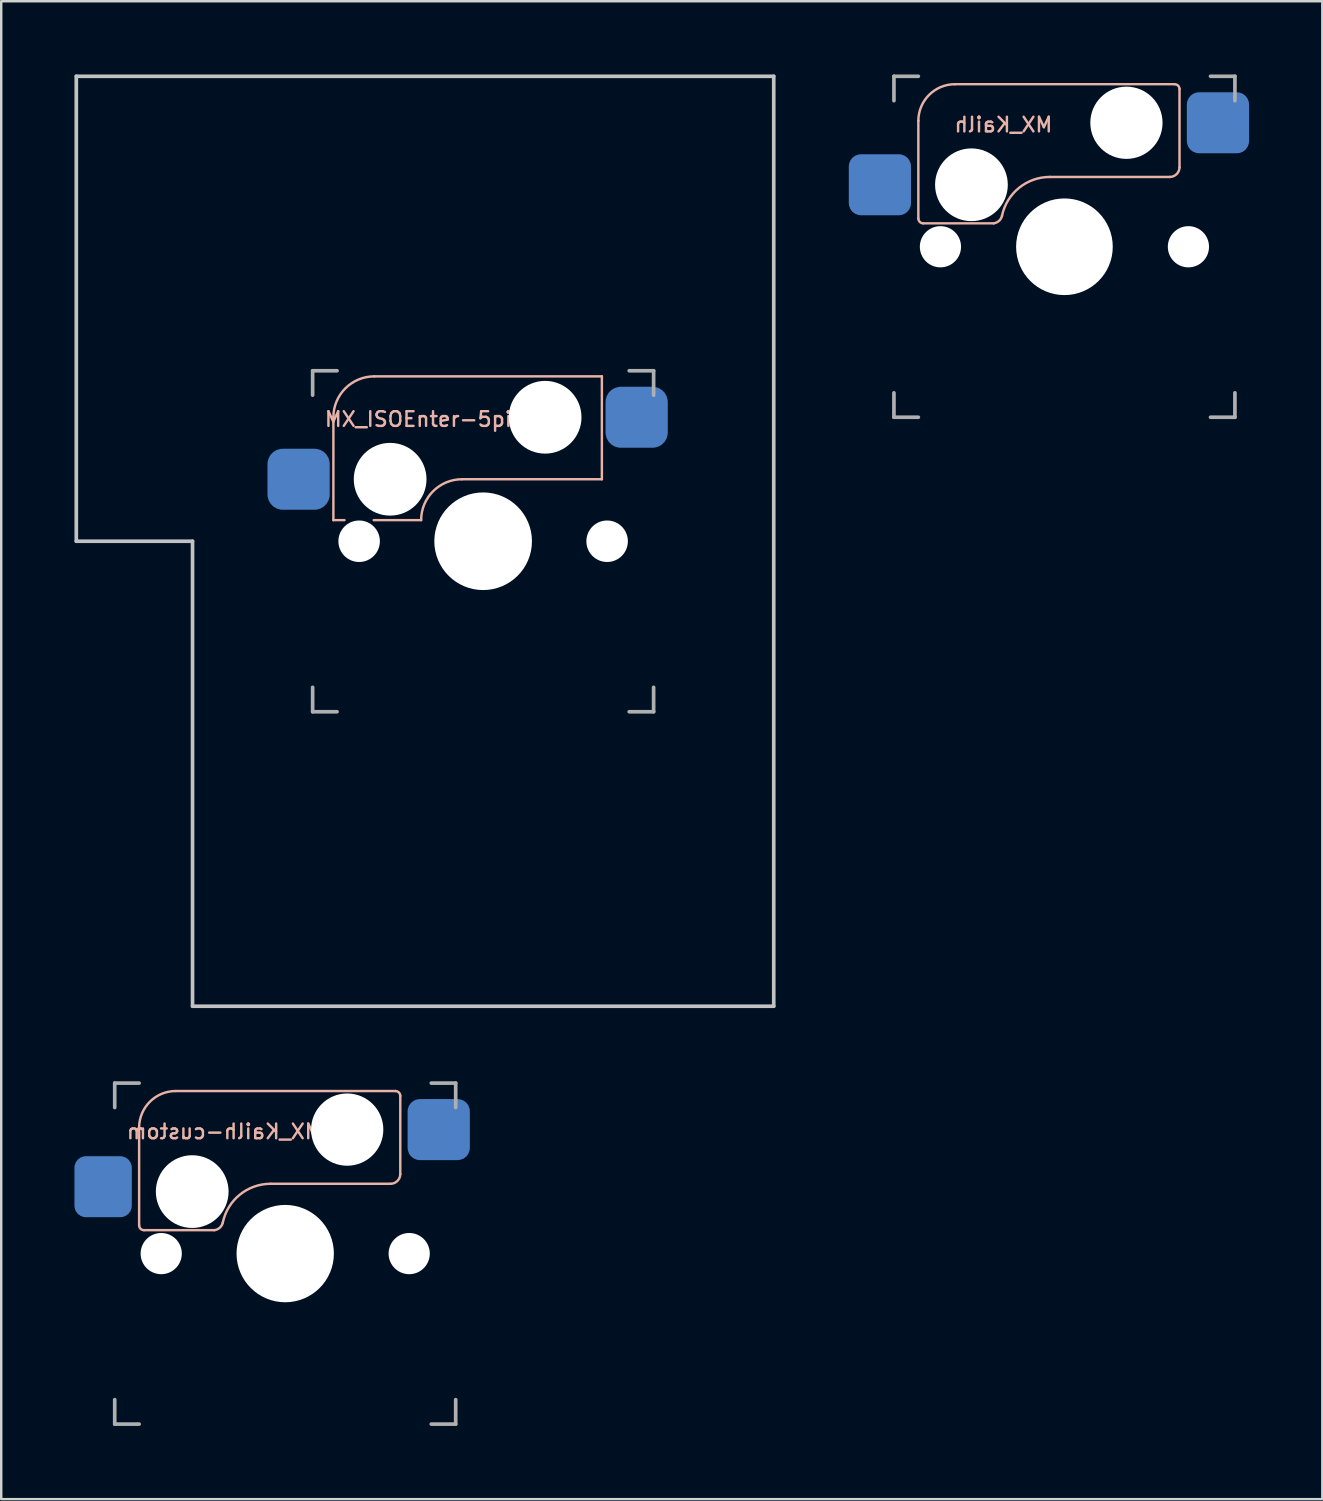
<source format=kicad_pcb>
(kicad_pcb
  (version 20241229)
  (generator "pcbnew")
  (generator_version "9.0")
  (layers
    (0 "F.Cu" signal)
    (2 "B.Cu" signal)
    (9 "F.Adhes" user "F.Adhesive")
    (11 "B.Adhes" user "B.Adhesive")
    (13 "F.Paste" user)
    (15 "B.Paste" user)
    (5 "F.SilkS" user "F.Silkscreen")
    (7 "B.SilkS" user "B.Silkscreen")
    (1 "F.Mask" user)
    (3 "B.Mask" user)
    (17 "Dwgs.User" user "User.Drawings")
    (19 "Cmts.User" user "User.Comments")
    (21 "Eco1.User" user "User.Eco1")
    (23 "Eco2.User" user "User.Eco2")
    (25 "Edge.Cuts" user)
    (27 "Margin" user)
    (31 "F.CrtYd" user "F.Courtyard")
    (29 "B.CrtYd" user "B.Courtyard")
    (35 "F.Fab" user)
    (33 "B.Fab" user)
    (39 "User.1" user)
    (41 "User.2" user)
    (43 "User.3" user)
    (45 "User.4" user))
  (footprint "MX_Kailh"
    (layer "F.Cu")
    (at 40.56 7.06)
    (property "Reference" "MX_Kailh" (at -2.5 -5 0) (layer "B.SilkS") (effects (font (size 0.6 0.6) (thickness 0.1)) (justify mirror)))
    (attr smd)
    (fp_line (start -5.985 -5.16) (end -5.985 -1.16) (stroke (width 0.1) (type solid)) (layer "B.SilkS"))
    (fp_line (start -5.785 -0.96) (end -2.9 -0.96) (stroke (width 0.1) (type solid)) (layer "B.SilkS"))
    (fp_line (start -4.485 -6.66) (end 4.515 -6.66) (stroke (width 0.1) (type solid)) (layer "B.SilkS"))
    (fp_line (start 4.315 -2.86) (end -0.6 -2.86) (stroke (width 0.1) (type solid)) (layer "B.SilkS"))
    (fp_line (start 4.715 -6.46) (end 4.715 -3.26) (stroke (width 0.1) (type solid)) (layer "B.SilkS"))
    (fp_arc (start -5.985 -5.16) (mid -5.54566 -6.22066) (end -4.485 -6.66) (stroke (width 0.1) (type solid)) (layer "B.SilkS"))
    (fp_arc (start -5.785 -0.96) (mid -5.926421 -1.018579) (end -5.985 -1.16) (stroke (width 0.1) (type solid)) (layer "B.SilkS"))
    (fp_arc (start -2.558575 -1.264949) (mid -1.862953 -2.41079) (end -0.6 -2.86) (stroke (width 0.1) (type solid)) (layer "B.SilkS"))
    (fp_arc (start -2.557532 -1.264687) (mid -2.681837 -1.059595) (end -2.9 -0.96) (stroke (width 0.1) (type solid)) (layer "B.SilkS"))
    (fp_arc (start 4.515 -6.66) (mid 4.656421 -6.601421) (end 4.715 -6.46) (stroke (width 0.1) (type solid)) (layer "B.SilkS"))
    (fp_arc (start 4.715 -3.26) (mid 4.597843 -2.977157) (end 4.315 -2.86) (stroke (width 0.1) (type solid)) (layer "B.SilkS"))
    (fp_line (start -6.985 6.985) (end -6.985 -6.985) (stroke (width 0.15) (type solid)) (layer "Eco2.User"))
    (fp_line (start -6.985 6.985) (end 6.985 6.985) (stroke (width 0.15) (type solid)) (layer "Eco2.User"))
    (fp_line (start 6.985 -6.985) (end -6.985 -6.985) (stroke (width 0.15) (type solid)) (layer "Eco2.User"))
    (fp_line (start 6.985 -6.985) (end 6.985 6.985) (stroke (width 0.15) (type solid)) (layer "Eco2.User"))
    (fp_line (start -6.985 -5.985) (end -6.985 -6.985) (stroke (width 0.15) (type solid)) (layer "F.Fab"))
    (fp_line (start -6.985 6.985) (end -6.985 5.985) (stroke (width 0.15) (type solid)) (layer "F.Fab"))
    (fp_line (start -6.985 6.985) (end -5.985 6.985) (stroke (width 0.15) (type solid)) (layer "F.Fab"))
    (fp_line (start -5.985 -6.985) (end -6.985 -6.985) (stroke (width 0.15) (type solid)) (layer "F.Fab"))
    (fp_line (start 5.985 6.985) (end 6.985 6.985) (stroke (width 0.15) (type solid)) (layer "F.Fab"))
    (fp_line (start 6.985 -6.985) (end 5.985 -6.985) (stroke (width 0.15) (type solid)) (layer "F.Fab"))
    (fp_line (start 6.985 -6.985) (end 6.985 -5.985) (stroke (width 0.15) (type solid)) (layer "F.Fab"))
    (fp_line (start 6.985 5.985) (end 6.985 6.985) (stroke (width 0.15) (type solid)) (layer "F.Fab"))
    (pad "" np_thru_hole circle (at -5.08 0) (size 1.688 1.688) (drill 1.688) (layers "*.Cu" "*.Mask"))
    (pad "" np_thru_hole circle (at -3.81 -2.54) (size 2.98 2.98) (drill 2.98) (layers "*.Cu" "*.Mask"))
    (pad "" np_thru_hole circle (at 0 0) (size 3.96 3.96) (drill 3.96) (layers "*.Cu" "*.Mask"))
    (pad "" np_thru_hole circle (at 2.54 -5.08) (size 2.96 2.96) (drill 2.96) (layers "*.Cu" "*.Mask"))
    (pad "" np_thru_hole circle (at 5.08 0) (size 1.688 1.688) (drill 1.688) (layers "*.Cu" "*.Mask"))
    (pad "1" smd roundrect (at 6.29 -5.08) (size 2.55 2.5) (layers "B.Cu" "B.Mask" "B.Paste") (roundrect_rratio 0.2))
    (pad "2" smd roundrect (at -7.56 -2.54) (size 2.55 2.5) (layers "B.Cu" "B.Mask" "B.Paste") (roundrect_rratio 0.2)))
  (footprint "MX_ISOEnter-5pin"
    (layer "F.Cu")
    (at 14.363 19.125)
    (property "Reference" "MX_ISOEnter-5pin" (at 0 -5 0) (layer "B.SilkS") (effects (font (size 0.6 0.6) (thickness 0.1))))
    (attr through_hole)
    (fp_line (start -3.754 -5.08) (end -3.754 -0.865) (stroke (width 0.1) (type solid)) (layer "B.SilkS"))
    (fp_line (start -3.754 -0.865) (end -3.3 -0.865) (stroke (width 0.1) (type solid)) (layer "B.SilkS"))
    (fp_line (start -2.1 -0.865) (end -0.159 -0.865) (stroke (width 0.1) (type solid)) (layer "B.SilkS"))
    (fp_line (start -2.079 -6.755) (end 7.246 -6.755) (stroke (width 0.1) (type solid)) (layer "B.SilkS"))
    (fp_line (start 1.516 -2.54) (end 7.246 -2.54) (stroke (width 0.1) (type solid)) (layer "B.SilkS"))
    (fp_line (start 7.246 -6.755) (end 7.246 -2.54) (stroke (width 0.1) (type solid)) (layer "B.SilkS"))
    (fp_arc (start -3.75375 -5.08) (mid -3.263154 -6.264404) (end -2.07875 -6.755) (stroke (width 0.1) (type solid)) (layer "B.SilkS"))
    (fp_arc (start -0.15875 -0.865) (mid 0.331846 -2.049404) (end 1.51625 -2.54) (stroke (width 0.1) (type solid)) (layer "B.SilkS"))
    (fp_line (start -14.287 -19.05) (end 14.287 -19.05) (stroke (width 0.15) (type solid)) (layer "Dwgs.User"))
    (fp_line (start -14.287 0) (end -14.287 -19.05) (stroke (width 0.15) (type solid)) (layer "Dwgs.User"))
    (fp_line (start -9.525 0) (end -14.287 0) (stroke (width 0.15) (type solid)) (layer "Dwgs.User"))
    (fp_line (start -9.525 19.05) (end -9.525 0) (stroke (width 0.15) (type solid)) (layer "Dwgs.User"))
    (fp_line (start 14.287 -19.05) (end 14.287 19.05) (stroke (width 0.15) (type solid)) (layer "Dwgs.User"))
    (fp_line (start 14.287 19.05) (end -9.525 19.05) (stroke (width 0.15) (type solid)) (layer "Dwgs.User"))
    (fp_line (start -4.604 6.985) (end -4.604 -6.985) (stroke (width 0.15) (type solid)) (layer "Eco2.User"))
    (fp_line (start -4.604 6.985) (end 9.366 6.985) (stroke (width 0.15) (type solid)) (layer "Eco2.User"))
    (fp_line (start 9.366 -6.985) (end -4.604 -6.985) (stroke (width 0.15) (type solid)) (layer "Eco2.User"))
    (fp_line (start 9.366 -6.985) (end 9.366 6.985) (stroke (width 0.15) (type solid)) (layer "Eco2.User"))
    (fp_line (start -4.604 -5.985) (end -4.604 -6.985) (stroke (width 0.15) (type solid)) (layer "F.Fab"))
    (fp_line (start -4.604 6.985) (end -4.604 5.985) (stroke (width 0.15) (type solid)) (layer "F.Fab"))
    (fp_line (start -4.604 6.985) (end -3.604 6.985) (stroke (width 0.15) (type solid)) (layer "F.Fab"))
    (fp_line (start -3.604 -6.985) (end -4.604 -6.985) (stroke (width 0.15) (type solid)) (layer "F.Fab"))
    (fp_line (start 8.366 6.985) (end 9.366 6.985) (stroke (width 0.15) (type solid)) (layer "F.Fab"))
    (fp_line (start 9.366 -6.985) (end 8.366 -6.985) (stroke (width 0.15) (type solid)) (layer "F.Fab"))
    (fp_line (start 9.366 -6.985) (end 9.366 -5.985) (stroke (width 0.15) (type solid)) (layer "F.Fab"))
    (fp_line (start 9.366 5.985) (end 9.366 6.985) (stroke (width 0.15) (type solid)) (layer "F.Fab"))
    (pad "" np_thru_hole circle (at -2.699 0) (size 1.7 1.7) (drill 1.7) (layers "*.Cu" "*.Mask"))
    (pad "" np_thru_hole circle (at -1.429 -2.54) (size 2.98 2.98) (drill 2.98) (layers "*.Cu" "*.Mask"))
    (pad "" np_thru_hole circle (at 2.381 0) (size 4 4) (drill 4) (layers "*.Cu" "*.Mask"))
    (pad "" np_thru_hole circle (at 4.921 -5.08) (size 2.98 2.98) (drill 2.98) (layers "*.Cu" "*.Mask"))
    (pad "" np_thru_hole circle (at 7.461 0) (size 1.7 1.7) (drill 1.7) (layers "*.Cu" "*.Mask"))
    (pad "1" smd roundrect (at 8.671 -5.08) (size 2.55 2.5) (layers "B.Cu" "B.Mask" "B.Paste") (roundrect_rratio 0.25))
    (pad "2" smd roundrect (at -5.179 -2.54) (size 2.55 2.5) (layers "B.Cu" "B.Mask" "B.Paste") (roundrect_rratio 0.25)))
  (footprint "MX_Kailh-custom"
    (layer "F.Cu")
    (at 8.635 48.31)
    (property "Reference" "MX_Kailh-custom" (at -2.5 -5 0) (layer "B.SilkS") (effects (font (size 0.6 0.6) (thickness 0.1)) (justify mirror)))
    (attr smd)
    (fp_line (start -5.985 -5.16) (end -5.985 -1.16) (stroke (width 0.1) (type solid)) (layer "B.SilkS"))
    (fp_line (start -5.785 -0.96) (end -2.9 -0.96) (stroke (width 0.1) (type solid)) (layer "B.SilkS"))
    (fp_line (start -4.485 -6.66) (end 4.515 -6.66) (stroke (width 0.1) (type solid)) (layer "B.SilkS"))
    (fp_line (start 4.315 -2.86) (end -0.6 -2.86) (stroke (width 0.1) (type solid)) (layer "B.SilkS"))
    (fp_line (start 4.715 -6.46) (end 4.715 -3.26) (stroke (width 0.1) (type solid)) (layer "B.SilkS"))
    (fp_arc (start -5.985 -5.16) (mid -5.54566 -6.22066) (end -4.485 -6.66) (stroke (width 0.1) (type solid)) (layer "B.SilkS"))
    (fp_arc (start -5.785 -0.96) (mid -5.926421 -1.018579) (end -5.985 -1.16) (stroke (width 0.1) (type solid)) (layer "B.SilkS"))
    (fp_arc (start -2.558575 -1.264949) (mid -1.862953 -2.41079) (end -0.6 -2.86) (stroke (width 0.1) (type solid)) (layer "B.SilkS"))
    (fp_arc (start -2.557532 -1.264687) (mid -2.681837 -1.059595) (end -2.9 -0.96) (stroke (width 0.1) (type solid)) (layer "B.SilkS"))
    (fp_arc (start 4.515 -6.66) (mid 4.656421 -6.601421) (end 4.715 -6.46) (stroke (width 0.1) (type solid)) (layer "B.SilkS"))
    (fp_arc (start 4.715 -3.26) (mid 4.597843 -2.977157) (end 4.315 -2.86) (stroke (width 0.1) (type solid)) (layer "B.SilkS"))
    (fp_line (start -6.985 6.985) (end -6.985 -6.985) (stroke (width 0.15) (type solid)) (layer "Eco2.User"))
    (fp_line (start -6.985 6.985) (end 6.985 6.985) (stroke (width 0.15) (type solid)) (layer "Eco2.User"))
    (fp_line (start 6.985 -6.985) (end -6.985 -6.985) (stroke (width 0.15) (type solid)) (layer "Eco2.User"))
    (fp_line (start 6.985 -6.985) (end 6.985 6.985) (stroke (width 0.15) (type solid)) (layer "Eco2.User"))
    (fp_line (start -6.985 -5.985) (end -6.985 -6.985) (stroke (width 0.15) (type solid)) (layer "F.Fab"))
    (fp_line (start -6.985 6.985) (end -6.985 5.985) (stroke (width 0.15) (type solid)) (layer "F.Fab"))
    (fp_line (start -6.985 6.985) (end -5.985 6.985) (stroke (width 0.15) (type solid)) (layer "F.Fab"))
    (fp_line (start -5.985 -6.985) (end -6.985 -6.985) (stroke (width 0.15) (type solid)) (layer "F.Fab"))
    (fp_line (start 5.985 6.985) (end 6.985 6.985) (stroke (width 0.15) (type solid)) (layer "F.Fab"))
    (fp_line (start 6.985 -6.985) (end 5.985 -6.985) (stroke (width 0.15) (type solid)) (layer "F.Fab"))
    (fp_line (start 6.985 -6.985) (end 6.985 -5.985) (stroke (width 0.15) (type solid)) (layer "F.Fab"))
    (fp_line (start 6.985 5.985) (end 6.985 6.985) (stroke (width 0.15) (type solid)) (layer "F.Fab"))
    (pad "" np_thru_hole circle (at -5.08 0) (size 1.688 1.688) (drill 1.688) (layers "*.Cu" "*.Mask"))
    (pad "" np_thru_hole circle (at -3.81 -2.54) (size 2.98 2.98) (drill 2.98) (layers "*.Cu" "*.Mask"))
    (pad "" np_thru_hole circle (at 0 0) (size 3.988 3.988) (drill 3.988) (layers "*.Cu" "*.Mask"))
    (pad "" np_thru_hole circle (at 2.54 -5.08) (size 2.96 2.96) (drill 2.96) (layers "*.Cu" "*.Mask"))
    (pad "" np_thru_hole circle (at 5.08 0) (size 1.688 1.688) (drill 1.688) (layers "*.Cu" "*.Mask"))
    (pad "1" smd roundrect (at 6.29 -5.08) (size 2.55 2.5) (layers "B.Cu" "B.Mask" "B.Paste") (roundrect_rratio 0.2))
    (pad "2" smd roundrect (at -7.46 -2.74) (size 2.35 2.5) (layers "B.Cu" "B.Mask" "B.Paste") (roundrect_rratio 0.2)))
  (gr_rect
    (start -3 -3)
    (end 51.125 58.37)
    (stroke (width 0.1) (type default))
    (fill no)
    (layer "Edge.Cuts")))
</source>
